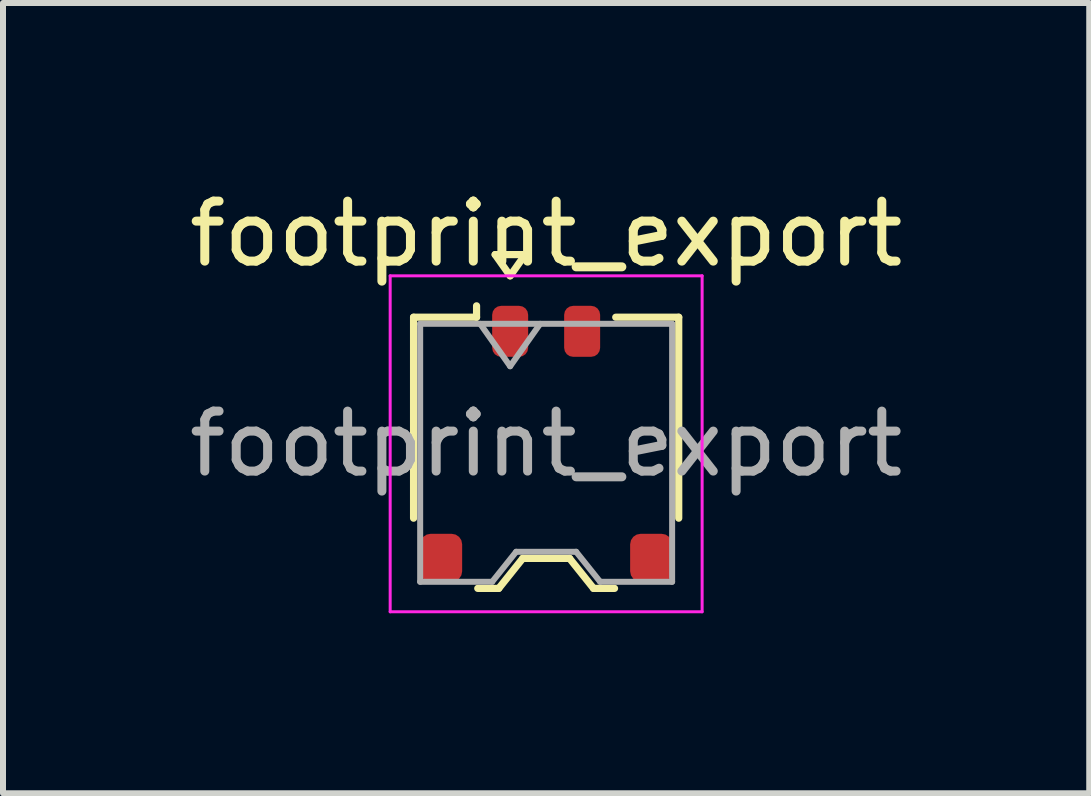
<source format=kicad_pcb>
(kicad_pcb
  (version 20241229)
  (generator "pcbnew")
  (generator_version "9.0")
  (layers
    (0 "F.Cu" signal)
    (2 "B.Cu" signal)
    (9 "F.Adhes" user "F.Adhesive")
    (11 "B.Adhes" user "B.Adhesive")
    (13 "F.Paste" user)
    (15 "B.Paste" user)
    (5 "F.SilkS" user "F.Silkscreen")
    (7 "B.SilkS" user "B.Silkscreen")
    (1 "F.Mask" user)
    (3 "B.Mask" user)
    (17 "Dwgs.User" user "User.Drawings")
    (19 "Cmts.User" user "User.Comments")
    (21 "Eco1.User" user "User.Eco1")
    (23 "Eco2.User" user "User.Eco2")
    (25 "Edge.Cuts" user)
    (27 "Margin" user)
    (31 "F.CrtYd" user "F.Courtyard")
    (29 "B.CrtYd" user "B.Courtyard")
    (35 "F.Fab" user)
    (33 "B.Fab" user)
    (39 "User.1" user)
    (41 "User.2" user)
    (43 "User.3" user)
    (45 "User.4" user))
  (footprint "footprint_export"
    (layer "F.Cu")
    (at 6.054 4.348)
    (property "Reference" "footprint_export" (at 0 -3.5 0) (layer "F.SilkS") (effects (font (size 1 1) (thickness 0.15))))
    (attr smd)
    (fp_line (start -2.21 -2.11) (end -1.16 -2.11) (stroke (width 0.12) (type solid)) (layer "F.SilkS"))
    (fp_line (start -2.21 1.24) (end -2.21 -2.11) (stroke (width 0.12) (type solid)) (layer "F.SilkS"))
    (fp_line (start -1.16 -2.11) (end -1.16 -2.3) (stroke (width 0.12) (type solid)) (layer "F.SilkS"))
    (fp_line (start -1.14 2.41) (end -0.79 2.41) (stroke (width 0.12) (type solid)) (layer "F.SilkS"))
    (fp_line (start -0.85 -3.154) (end -0.6 -2.8) (stroke (width 0.12) (type solid)) (layer "F.SilkS"))
    (fp_line (start -0.79 2.41) (end -0.39 1.91) (stroke (width 0.12) (type solid)) (layer "F.SilkS"))
    (fp_line (start -0.6 -2.8) (end -0.35 -3.154) (stroke (width 0.12) (type solid)) (layer "F.SilkS"))
    (fp_line (start -0.39 1.91) (end 0.39 1.91) (stroke (width 0.12) (type solid)) (layer "F.SilkS"))
    (fp_line (start -0.35 -3.154) (end -0.85 -3.154) (stroke (width 0.12) (type solid)) (layer "F.SilkS"))
    (fp_line (start 0.39 1.91) (end 0.79 2.41) (stroke (width 0.12) (type solid)) (layer "F.SilkS"))
    (fp_line (start 0.79 2.41) (end 1.14 2.41) (stroke (width 0.12) (type solid)) (layer "F.SilkS"))
    (fp_line (start 2.21 -2.11) (end 1.16 -2.11) (stroke (width 0.12) (type solid)) (layer "F.SilkS"))
    (fp_line (start 2.21 1.24) (end 2.21 -2.11) (stroke (width 0.12) (type solid)) (layer "F.SilkS"))
    (fp_line (start -2.6 -2.8) (end -2.6 2.8) (stroke (width 0.05) (type solid)) (layer "F.CrtYd"))
    (fp_line (start -2.6 2.8) (end 2.6 2.8) (stroke (width 0.05) (type solid)) (layer "F.CrtYd"))
    (fp_line (start 2.6 -2.8) (end -2.6 -2.8) (stroke (width 0.05) (type solid)) (layer "F.CrtYd"))
    (fp_line (start 2.6 2.8) (end 2.6 -2.8) (stroke (width 0.05) (type solid)) (layer "F.CrtYd"))
    (fp_line (start -2.1 -2) (end -2.1 2.3) (stroke (width 0.1) (type solid)) (layer "F.Fab"))
    (fp_line (start -2.1 -2) (end 2.1 -2) (stroke (width 0.1) (type solid)) (layer "F.Fab"))
    (fp_line (start -2.1 2.3) (end -0.9 2.3) (stroke (width 0.1) (type solid)) (layer "F.Fab"))
    (fp_line (start -1.1 -2) (end -0.6 -1.293) (stroke (width 0.1) (type solid)) (layer "F.Fab"))
    (fp_line (start -0.9 2.3) (end -0.5 1.8) (stroke (width 0.1) (type solid)) (layer "F.Fab"))
    (fp_line (start -0.6 -1.293) (end -0.1 -2) (stroke (width 0.1) (type solid)) (layer "F.Fab"))
    (fp_line (start -0.5 1.8) (end 0.5 1.8) (stroke (width 0.1) (type solid)) (layer "F.Fab"))
    (fp_line (start 0.5 1.8) (end 0.9 2.3) (stroke (width 0.1) (type solid)) (layer "F.Fab"))
    (fp_line (start 0.9 2.3) (end 2.1 2.3) (stroke (width 0.1) (type solid)) (layer "F.Fab"))
    (fp_line (start 2.1 -2) (end 2.1 2.3) (stroke (width 0.1) (type solid)) (layer "F.Fab"))
    (fp_text user "${REFERENCE}" (at 0 0 0) (layer "F.Fab") (effects (font (size 1 1) (thickness 0.15))))
    (pad "1" smd roundrect (at -0.6 -1.875) (size 0.6 0.85) (layers "F.Cu" "F.Mask" "F.Paste") (roundrect_rratio 0.25))
    (pad "2" smd roundrect (at 0.6 -1.875) (size 0.6 0.85) (layers "F.Cu" "F.Mask" "F.Paste") (roundrect_rratio 0.25))
    (pad "MP" smd roundrect (at -1.75 1.9) (size 0.7 0.8) (layers "F.Cu" "F.Mask" "F.Paste") (roundrect_rratio 0.25))
    (pad "MP" smd roundrect (at 1.75 1.9) (size 0.7 0.8) (layers "F.Cu" "F.Mask" "F.Paste") (roundrect_rratio 0.25)))
  (gr_rect
    (start -3 -3)
    (end 15.107 10.173)
    (stroke (width 0.1) (type default))
    (fill no)
    (layer "Edge.Cuts")))
</source>
